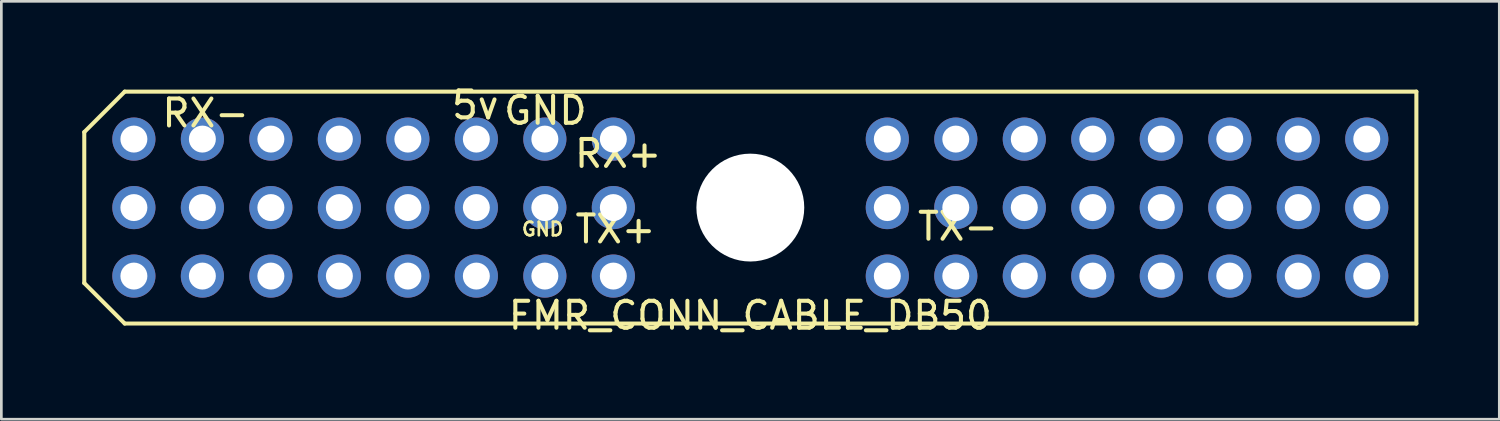
<source format=kicad_pcb>
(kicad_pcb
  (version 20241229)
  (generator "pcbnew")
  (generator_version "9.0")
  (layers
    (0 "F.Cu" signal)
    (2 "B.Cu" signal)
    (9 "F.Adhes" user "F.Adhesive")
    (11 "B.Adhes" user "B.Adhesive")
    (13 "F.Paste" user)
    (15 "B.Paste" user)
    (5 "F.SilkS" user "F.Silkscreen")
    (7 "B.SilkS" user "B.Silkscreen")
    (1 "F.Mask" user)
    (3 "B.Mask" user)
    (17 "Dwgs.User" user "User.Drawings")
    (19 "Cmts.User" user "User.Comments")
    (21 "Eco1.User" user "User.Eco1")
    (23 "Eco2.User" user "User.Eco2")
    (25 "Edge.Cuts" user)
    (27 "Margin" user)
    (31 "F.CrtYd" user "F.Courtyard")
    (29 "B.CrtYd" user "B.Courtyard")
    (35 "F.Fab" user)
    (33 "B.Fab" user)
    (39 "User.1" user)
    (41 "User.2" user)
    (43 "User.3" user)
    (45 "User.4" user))
  (footprint "FMR_CONN_CABLE_DB50"
    (layer "F.Cu")
    (at 24.775 4.648)
    (property "Reference" "FMR_CONN_CABLE_DB50" (at 0 4 0) (layer "F.SilkS") (effects (font (size 1 1) (thickness 0.15))))
    (attr through_hole)
    (fp_line (start -24.7 -2.8) (end -24.7 2.8) (stroke (width 0.15) (type solid)) (layer "F.SilkS"))
    (fp_line (start -24.7 -2.8) (end -23.2 -4.3) (stroke (width 0.15) (type solid)) (layer "F.SilkS"))
    (fp_line (start -24.7 2.8) (end -23.2 4.3) (stroke (width 0.15) (type solid)) (layer "F.SilkS"))
    (fp_line (start 24.7 -4.3) (end -23.2 -4.3) (stroke (width 0.15) (type solid)) (layer "F.SilkS"))
    (fp_line (start 24.7 -4.3) (end 24.7 4.3) (stroke (width 0.15) (type solid)) (layer "F.SilkS"))
    (fp_line (start 24.7 4.3) (end -23.2 4.3) (stroke (width 0.15) (type solid)) (layer "F.SilkS"))
    (fp_text user "5v" (at -10.2 -3.8 0) (layer "F.SilkS") (effects (font (size 1 1) (thickness 0.15))))
    (fp_text user "TX+" (at -5 0.8 0) (layer "F.SilkS") (effects (font (size 1 1) (thickness 0.15))))
    (fp_text user "TX-" (at 7.7 0.7 0) (layer "F.SilkS") (effects (font (size 1 1) (thickness 0.15))))
    (fp_text user "RX-" (at -20.2 -3.5 0) (layer "F.SilkS") (effects (font (size 1 1) (thickness 0.15))))
    (fp_text user "RX+" (at -4.9 -2 0) (layer "F.SilkS") (effects (font (size 1 1) (thickness 0.15))))
    (fp_text user "GND" (at -7.6 -3.6 0) (layer "F.SilkS") (effects (font (size 1 1) (thickness 0.15))))
    (fp_text user "GND" (at -7.7 0.8 0) (layer "F.SilkS") (effects (font (size 0.5 0.5) (thickness 0.1))))
    (pad "" np_thru_hole circle (at 0 0) (size 4 4) (drill 4) (layers "*.Cu" "*.Mask"))
    (pad "1" thru_hole circle (at -22.86 -2.54) (size 1.6 1.6) (drill 1) (layers "*.Cu" "*.Mask"))
    (pad "2" thru_hole circle (at -20.32 -2.54) (size 1.6 1.6) (drill 1) (layers "*.Cu" "*.Mask"))
    (pad "3" thru_hole circle (at -17.78 -2.54) (size 1.6 1.6) (drill 1) (layers "*.Cu" "*.Mask"))
    (pad "4" thru_hole circle (at -15.24 -2.54) (size 1.6 1.6) (drill 1) (layers "*.Cu" "*.Mask"))
    (pad "5" thru_hole circle (at -12.7 -2.54) (size 1.6 1.6) (drill 1) (layers "*.Cu" "*.Mask"))
    (pad "6" thru_hole circle (at -10.16 -2.54) (size 1.6 1.6) (drill 1) (layers "*.Cu" "*.Mask"))
    (pad "7" thru_hole circle (at -7.62 -2.54) (size 1.6 1.6) (drill 1) (layers "*.Cu" "*.Mask"))
    (pad "8" thru_hole circle (at -5.08 -2.54) (size 1.6 1.6) (drill 1) (layers "*.Cu" "*.Mask"))
    (pad "12" thru_hole circle (at 5.08 -2.54) (size 1.6 1.6) (drill 1) (layers "*.Cu" "*.Mask"))
    (pad "13" thru_hole circle (at 7.62 -2.54) (size 1.6 1.6) (drill 1) (layers "*.Cu" "*.Mask"))
    (pad "14" thru_hole circle (at 10.16 -2.54) (size 1.6 1.6) (drill 1) (layers "*.Cu" "*.Mask"))
    (pad "15" thru_hole circle (at 12.7 -2.54) (size 1.6 1.6) (drill 1) (layers "*.Cu" "*.Mask"))
    (pad "16" thru_hole circle (at 15.24 -2.54) (size 1.6 1.6) (drill 1) (layers "*.Cu" "*.Mask"))
    (pad "17" thru_hole circle (at 17.78 -2.54) (size 1.6 1.6) (drill 1) (layers "*.Cu" "*.Mask"))
    (pad "18" thru_hole circle (at 20.32 -2.54) (size 1.6 1.6) (drill 1) (layers "*.Cu" "*.Mask"))
    (pad "19" thru_hole circle (at 22.86 -2.54) (size 1.6 1.6) (drill 1) (layers "*.Cu" "*.Mask"))
    (pad "22" thru_hole circle (at -22.86 0) (size 1.6 1.6) (drill 1) (layers "*.Cu" "*.Mask"))
    (pad "23" thru_hole circle (at -20.32 0) (size 1.6 1.6) (drill 1) (layers "*.Cu" "*.Mask"))
    (pad "24" thru_hole circle (at -17.78 0) (size 1.6 1.6) (drill 1) (layers "*.Cu" "*.Mask"))
    (pad "25" thru_hole circle (at -15.24 0) (size 1.6 1.6) (drill 1) (layers "*.Cu" "*.Mask"))
    (pad "26" thru_hole circle (at -12.7 0) (size 1.6 1.6) (drill 1) (layers "*.Cu" "*.Mask"))
    (pad "27" thru_hole circle (at -10.16 0) (size 1.6 1.6) (drill 1) (layers "*.Cu" "*.Mask"))
    (pad "28" thru_hole circle (at -7.62 0) (size 1.6 1.6) (drill 1) (layers "*.Cu" "*.Mask"))
    (pad "29" thru_hole circle (at -5.08 0) (size 1.6 1.6) (drill 1) (layers "*.Cu" "*.Mask"))
    (pad "33" thru_hole circle (at 5.08 0) (size 1.6 1.6) (drill 1) (layers "*.Cu" "*.Mask"))
    (pad "34" thru_hole circle (at 7.62 0) (size 1.6 1.6) (drill 1) (layers "*.Cu" "*.Mask"))
    (pad "35" thru_hole circle (at 10.16 0) (size 1.6 1.6) (drill 1) (layers "*.Cu" "*.Mask"))
    (pad "36" thru_hole circle (at 12.7 0) (size 1.6 1.6) (drill 1) (layers "*.Cu" "*.Mask"))
    (pad "37" thru_hole circle (at 15.24 0) (size 1.6 1.6) (drill 1) (layers "*.Cu" "*.Mask"))
    (pad "38" thru_hole circle (at 17.78 0) (size 1.6 1.6) (drill 1) (layers "*.Cu" "*.Mask"))
    (pad "39" thru_hole circle (at 20.32 0) (size 1.6 1.6) (drill 1) (layers "*.Cu" "*.Mask"))
    (pad "40" thru_hole circle (at 22.86 0) (size 1.6 1.6) (drill 1) (layers "*.Cu" "*.Mask"))
    (pad "43" thru_hole circle (at -22.86 2.54) (size 1.6 1.6) (drill 1) (layers "*.Cu" "*.Mask"))
    (pad "44" thru_hole circle (at -20.32 2.54) (size 1.6 1.6) (drill 1) (layers "*.Cu" "*.Mask"))
    (pad "45" thru_hole circle (at -17.78 2.54) (size 1.6 1.6) (drill 1) (layers "*.Cu" "*.Mask"))
    (pad "46" thru_hole circle (at -15.24 2.54) (size 1.6 1.6) (drill 1) (layers "*.Cu" "*.Mask"))
    (pad "47" thru_hole circle (at -12.7 2.54) (size 1.6 1.6) (drill 1) (layers "*.Cu" "*.Mask"))
    (pad "48" thru_hole circle (at -10.16 2.54) (size 1.6 1.6) (drill 1) (layers "*.Cu" "*.Mask"))
    (pad "49" thru_hole circle (at -7.62 2.54) (size 1.6 1.6) (drill 1) (layers "*.Cu" "*.Mask"))
    (pad "50" thru_hole circle (at -5.08 2.54) (size 1.6 1.6) (drill 1) (layers "*.Cu" "*.Mask"))
    (pad "54" thru_hole circle (at 5.08 2.54) (size 1.6 1.6) (drill 1) (layers "*.Cu" "*.Mask"))
    (pad "55" thru_hole circle (at 7.62 2.54) (size 1.6 1.6) (drill 1) (layers "*.Cu" "*.Mask"))
    (pad "56" thru_hole circle (at 10.16 2.54) (size 1.6 1.6) (drill 1) (layers "*.Cu" "*.Mask"))
    (pad "57" thru_hole circle (at 12.7 2.54) (size 1.6 1.6) (drill 1) (layers "*.Cu" "*.Mask"))
    (pad "58" thru_hole circle (at 15.24 2.54) (size 1.6 1.6) (drill 1) (layers "*.Cu" "*.Mask"))
    (pad "59" thru_hole circle (at 17.78 2.54) (size 1.6 1.6) (drill 1) (layers "*.Cu" "*.Mask"))
    (pad "60" thru_hole circle (at 20.32 2.54) (size 1.6 1.6) (drill 1) (layers "*.Cu" "*.Mask"))
    (pad "61" thru_hole circle (at 22.86 2.54) (size 1.6 1.6) (drill 1) (layers "*.Cu" "*.Mask")))
  (gr_rect
    (start -3 -3)
    (end 52.55 12.496)
    (stroke (width 0.1) (type default))
    (fill no)
    (layer "Edge.Cuts")))
</source>
